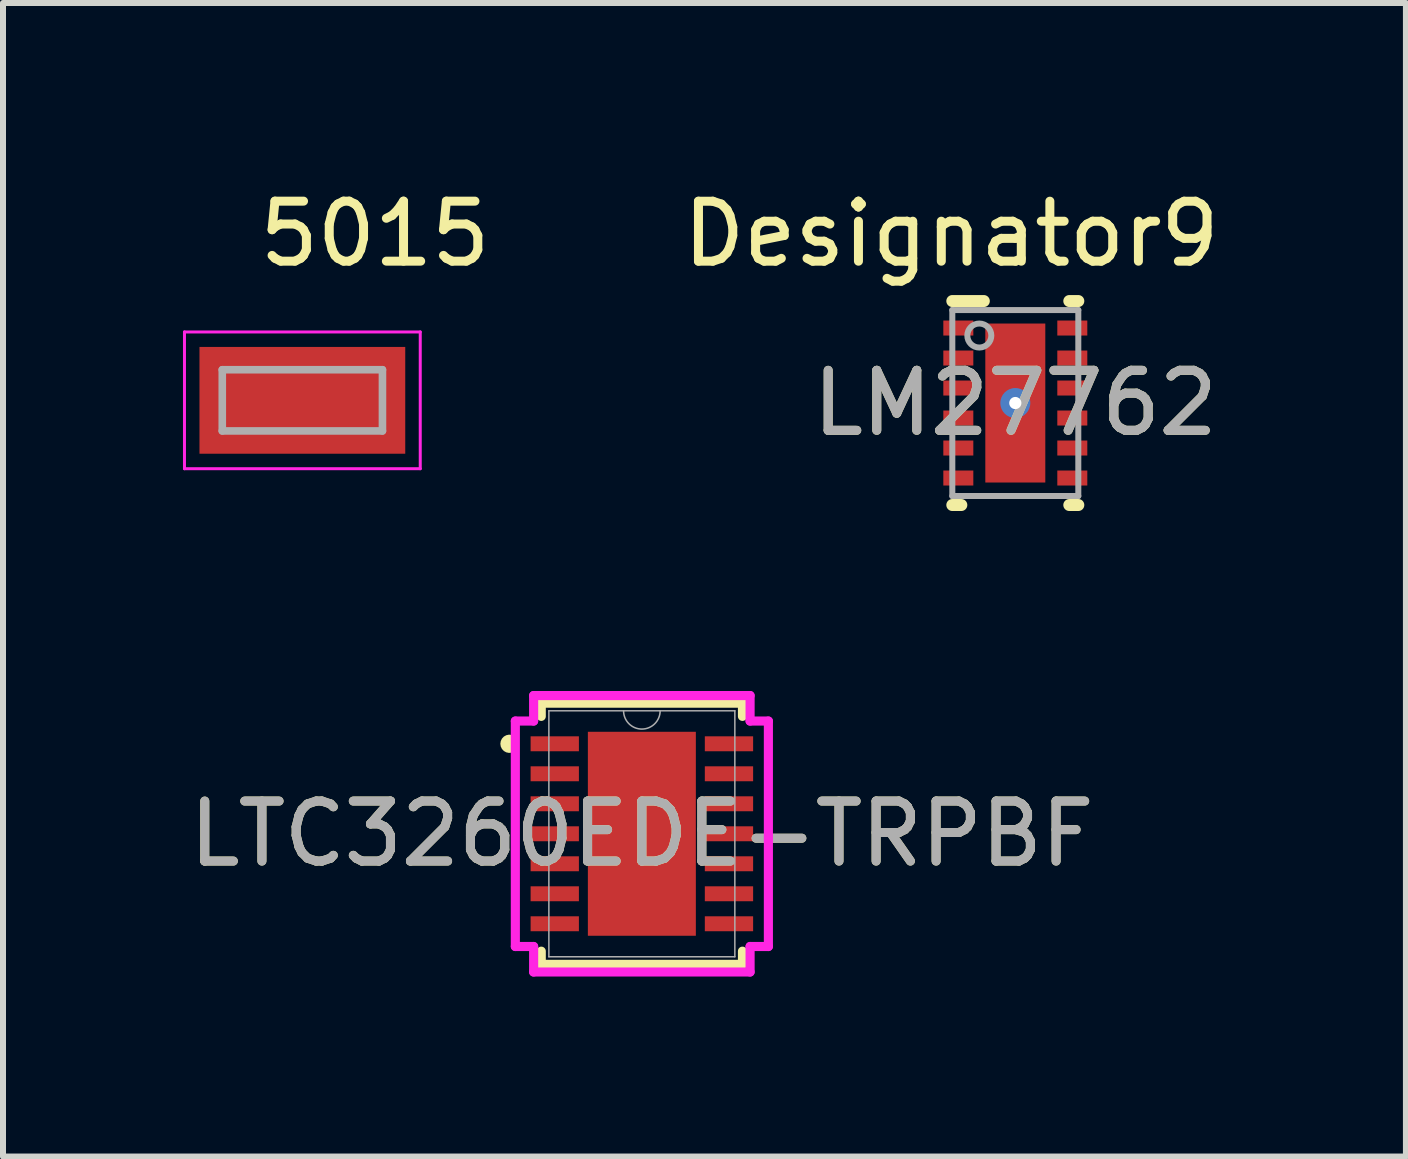
<source format=kicad_pcb>
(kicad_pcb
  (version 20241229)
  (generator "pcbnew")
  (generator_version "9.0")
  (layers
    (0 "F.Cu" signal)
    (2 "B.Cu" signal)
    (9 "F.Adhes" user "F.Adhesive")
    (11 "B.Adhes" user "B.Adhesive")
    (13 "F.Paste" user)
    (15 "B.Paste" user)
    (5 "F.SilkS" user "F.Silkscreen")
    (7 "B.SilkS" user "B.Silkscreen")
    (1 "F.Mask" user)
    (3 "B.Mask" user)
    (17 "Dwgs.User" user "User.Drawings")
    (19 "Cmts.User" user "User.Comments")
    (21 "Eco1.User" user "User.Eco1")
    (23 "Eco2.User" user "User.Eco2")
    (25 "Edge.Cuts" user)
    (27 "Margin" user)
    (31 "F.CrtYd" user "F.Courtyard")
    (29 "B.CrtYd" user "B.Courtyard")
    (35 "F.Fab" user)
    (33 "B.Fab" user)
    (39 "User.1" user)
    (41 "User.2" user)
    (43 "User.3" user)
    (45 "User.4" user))
  (footprint "LM27762"
    (layer "F.Cu")
    (at 13.874 3.668)
    (property "Reference" "LM27762" (at 0 0 0) (unlocked yes) (layer "F.SilkS") (effects (font (size 1 1) (thickness 0.15))))
    (attr smd)
    (fp_line (start -1.05 1.7) (end -0.9 1.7) (stroke (width 0.2) (type solid)) (layer "F.SilkS"))
    (fp_line (start -1.05 -1.7) (end -0.525 -1.7) (stroke (width 0.2) (type solid)) (layer "F.SilkS"))
    (fp_line (start 0.9 -1.7) (end 1.05 -1.7) (stroke (width 0.2) (type solid)) (layer "F.SilkS"))
    (fp_line (start 0.9 1.7) (end 1.05 1.7) (stroke (width 0.2) (type solid)) (layer "F.SilkS"))
    (fp_poly (pts (xy -0.474 -0.152) (xy -0.474 -1.216) (xy -0.473 -1.226) (xy -0.471 -1.236) (xy -0.466 -1.245) (xy -0.459 -1.253) (xy -0.451 -1.259) (xy -0.442 -1.264) (xy -0.432 -1.267) (xy -0.422 -1.268) (xy 0.422 -1.268) (xy 0.432 -1.267) (xy 0.442 -1.264) (xy 0.451 -1.259) (xy 0.459 -1.253) (xy 0.466 -1.245) (xy 0.471 -1.236) (xy 0.473 -1.226) (xy 0.474 -1.216) (xy 0.474 -0.152) (xy 0.473 -0.142) (xy 0.471 -0.132) (xy 0.466 -0.123) (xy 0.459 -0.115) (xy 0.451 -0.109) (xy 0.442 -0.104) (xy 0.432 -0.101) (xy 0.422 -0.1) (xy -0.422 -0.1) (xy -0.432 -0.101) (xy -0.442 -0.104) (xy -0.451 -0.109) (xy -0.459 -0.115) (xy -0.466 -0.123) (xy -0.471 -0.132) (xy -0.473 -0.142)) (stroke (width 0) (type solid)) (fill yes) (layer "F.Paste"))
    (fp_poly (pts (xy -0.474 1.216) (xy -0.474 0.152) (xy -0.473 0.142) (xy -0.471 0.132) (xy -0.466 0.123) (xy -0.459 0.115) (xy -0.451 0.109) (xy -0.442 0.104) (xy -0.432 0.101) (xy -0.422 0.1) (xy 0.422 0.1) (xy 0.432 0.101) (xy 0.442 0.104) (xy 0.451 0.109) (xy 0.459 0.115) (xy 0.466 0.123) (xy 0.471 0.132) (xy 0.473 0.142) (xy 0.474 0.152) (xy 0.474 1.216) (xy 0.473 1.226) (xy 0.471 1.236) (xy 0.466 1.245) (xy 0.459 1.253) (xy 0.451 1.259) (xy 0.442 1.264) (xy 0.432 1.267) (xy 0.422 1.268) (xy -0.422 1.268) (xy -0.432 1.267) (xy -0.442 1.264) (xy -0.451 1.259) (xy -0.459 1.253) (xy -0.466 1.245) (xy -0.471 1.236) (xy -0.473 1.226)) (stroke (width 0) (type solid)) (fill yes) (layer "F.Paste"))
    (fp_line (start -1.05 -1.55) (end 1.05 -1.55) (stroke (width 0.1) (type solid)) (layer "F.Fab"))
    (fp_line (start -1.05 1.55) (end -1.05 -1.55) (stroke (width 0.1) (type solid)) (layer "F.Fab"))
    (fp_line (start -1.05 1.55) (end 1.05 1.55) (stroke (width 0.1) (type solid)) (layer "F.Fab"))
    (fp_line (start 1.05 1.55) (end 1.05 -1.55) (stroke (width 0.1) (type solid)) (layer "F.Fab"))
    (fp_circle (center -0.6 -1.125) (end -0.4 -1.125) (stroke (width 0.1) (type solid)) (fill no) (layer "F.Fab"))
    (fp_text user "Designator9" (at -1.067 -2.819 0) (unlocked yes) (layer "F.SilkS") (effects (font (size 1 1) (thickness 0.15))))
    (fp_text user "${REFERENCE}" (at 0 0 0) (unlocked yes) (layer "F.Fab") (effects (font (size 1 1) (thickness 0.15))))
    (pad "1" smd rect (at -0.95 -1.25 90) (size 0.25 0.5) (layers "F.Cu" "F.Mask" "F.Paste"))
    (pad "2" smd rect (at -0.95 -0.75 90) (size 0.25 0.5) (layers "F.Cu" "F.Mask" "F.Paste"))
    (pad "3" smd rect (at -0.95 -0.25 90) (size 0.25 0.5) (layers "F.Cu" "F.Mask" "F.Paste"))
    (pad "4" smd rect (at -0.95 0.25 90) (size 0.25 0.5) (layers "F.Cu" "F.Mask" "F.Paste"))
    (pad "5" smd rect (at -0.95 0.75 90) (size 0.25 0.5) (layers "F.Cu" "F.Mask" "F.Paste"))
    (pad "6" smd rect (at -0.95 1.25 90) (size 0.25 0.5) (layers "F.Cu" "F.Mask" "F.Paste"))
    (pad "7" smd rect (at 0.95 1.25 90) (size 0.25 0.5) (layers "F.Cu" "F.Mask" "F.Paste"))
    (pad "8" smd rect (at 0.95 0.75 90) (size 0.25 0.5) (layers "F.Cu" "F.Mask" "F.Paste"))
    (pad "9" smd rect (at 0.95 0.25 90) (size 0.25 0.5) (layers "F.Cu" "F.Mask" "F.Paste"))
    (pad "10" smd rect (at 0.95 -0.25 90) (size 0.25 0.5) (layers "F.Cu" "F.Mask" "F.Paste"))
    (pad "11" smd rect (at 0.95 -0.75 90) (size 0.25 0.5) (layers "F.Cu" "F.Mask" "F.Paste"))
    (pad "12" smd rect (at 0.95 -1.25 90) (size 0.25 0.5) (layers "F.Cu" "F.Mask" "F.Paste"))
    (pad "13" smd rect (at 0.000003 0) (size 1 2.65) (layers "F.Cu" "F.Mask" "F.Paste"))
    (pad "V" thru_hole circle (at 0 0) (size 0.5 0.5) (drill 0.203) (layers "*.Cu" "*.Mask")))
  (footprint "5015"
    (layer "F.Cu")
    (at 1.99 3.623)
    (property "Reference" "5015" (at 1.21 -2.775 0) (layer "F.SilkS") (effects (font (size 1 1) (thickness 0.15))))
    (attr smd)
    (fp_line (start -1.965 -1.14) (end -1.965 1.14) (stroke (width 0.05) (type solid)) (layer "F.CrtYd"))
    (fp_line (start -1.965 1.14) (end 1.965 1.14) (stroke (width 0.05) (type solid)) (layer "F.CrtYd"))
    (fp_line (start 1.965 -1.14) (end -1.965 -1.14) (stroke (width 0.05) (type solid)) (layer "F.CrtYd"))
    (fp_line (start 1.965 1.14) (end 1.965 -1.14) (stroke (width 0.05) (type solid)) (layer "F.CrtYd"))
    (fp_line (start -1.335 -0.51) (end 1.335 -0.51) (stroke (width 0.127) (type solid)) (layer "F.Fab"))
    (fp_line (start -1.335 0.51) (end -1.335 -0.51) (stroke (width 0.127) (type solid)) (layer "F.Fab"))
    (fp_line (start 1.335 -0.51) (end 1.335 0.51) (stroke (width 0.127) (type solid)) (layer "F.Fab"))
    (fp_line (start 1.335 0.51) (end -1.335 0.51) (stroke (width 0.127) (type solid)) (layer "F.Fab"))
    (pad "TP" smd rect (at 0 0) (size 3.43 1.78) (layers "F.Cu" "F.Mask" "F.Paste")))
  (footprint "LTC3260EDE-TRPBF"
    (layer "F.Cu")
    (at 7.649 10.848)
    (property "Reference" "LTC3260EDE-TRPBF" (at 0 0 0) (unlocked yes) (layer "F.SilkS") (effects (font (size 1 1) (thickness 0.15))))
    (attr smd)
    (fp_line (start -1.677 -2.177) (end -1.677 -1.957) (stroke (width 0.152) (type solid)) (layer "F.SilkS"))
    (fp_line (start -1.677 1.957) (end -1.677 2.177) (stroke (width 0.152) (type solid)) (layer "F.SilkS"))
    (fp_line (start -1.677 2.177) (end 1.677 2.177) (stroke (width 0.152) (type solid)) (layer "F.SilkS"))
    (fp_line (start 1.677 -2.177) (end -1.677 -2.177) (stroke (width 0.152) (type solid)) (layer "F.SilkS"))
    (fp_line (start 1.677 -1.957) (end 1.677 -2.177) (stroke (width 0.152) (type solid)) (layer "F.SilkS"))
    (fp_line (start 1.677 2.177) (end 1.677 1.957) (stroke (width 0.152) (type solid)) (layer "F.SilkS"))
    (fp_arc (start -2.18754 -1.42617) (mid -2.2826 -1.5) (end -2.18754 -1.573829) (stroke (width 0.1524) (type solid)) (layer "F.SilkS"))
    (fp_poly (pts (xy -0.8 -1.6) (xy -0.8 -0.1) (xy 0.8 -0.1) (xy 0.8 -1.6)) (stroke (width 0) (type solid)) (fill yes) (layer "F.Paste"))
    (fp_poly (pts (xy -0.8 0.1) (xy -0.8 1.6) (xy 0.8 1.6) (xy 0.8 0.1)) (stroke (width 0) (type solid)) (fill yes) (layer "F.Paste"))
    (fp_line (start -2.109 -1.879) (end -1.804 -1.879) (stroke (width 0.152) (type solid)) (layer "F.CrtYd"))
    (fp_line (start -2.109 1.879) (end -2.109 -1.879) (stroke (width 0.152) (type solid)) (layer "F.CrtYd"))
    (fp_line (start -2.109 1.879) (end -1.804 1.879) (stroke (width 0.152) (type solid)) (layer "F.CrtYd"))
    (fp_line (start -1.804 -2.304) (end 1.804 -2.304) (stroke (width 0.152) (type solid)) (layer "F.CrtYd"))
    (fp_line (start -1.804 -1.879) (end -1.804 -2.304) (stroke (width 0.152) (type solid)) (layer "F.CrtYd"))
    (fp_line (start -1.804 2.304) (end -1.804 1.879) (stroke (width 0.152) (type solid)) (layer "F.CrtYd"))
    (fp_line (start 1.804 -2.304) (end 1.804 -1.879) (stroke (width 0.152) (type solid)) (layer "F.CrtYd"))
    (fp_line (start 1.804 1.879) (end 1.804 2.304) (stroke (width 0.152) (type solid)) (layer "F.CrtYd"))
    (fp_line (start 1.804 2.304) (end -1.804 2.304) (stroke (width 0.152) (type solid)) (layer "F.CrtYd"))
    (fp_line (start 2.109 -1.879) (end 1.804 -1.879) (stroke (width 0.152) (type solid)) (layer "F.CrtYd"))
    (fp_line (start 2.109 -1.879) (end 2.109 1.879) (stroke (width 0.152) (type solid)) (layer "F.CrtYd"))
    (fp_line (start 2.109 1.879) (end 1.804 1.879) (stroke (width 0.152) (type solid)) (layer "F.CrtYd"))
    (fp_line (start -1.55 -2.05) (end -1.55 2.05) (stroke (width 0.025) (type solid)) (layer "F.Fab"))
    (fp_line (start -1.55 2.05) (end 1.55 2.05) (stroke (width 0.025) (type solid)) (layer "F.Fab"))
    (fp_line (start 1.55 -2.05) (end -1.55 -2.05) (stroke (width 0.025) (type solid)) (layer "F.Fab"))
    (fp_line (start 1.55 2.05) (end 1.55 -2.05) (stroke (width 0.025) (type solid)) (layer "F.Fab"))
    (fp_arc (start 0.3048 -2.05) (mid 0 -1.7452) (end -0.3048 -2.05) (stroke (width 0.0254) (type solid)) (layer "F.Fab"))
    (fp_text user "${REFERENCE}" (at 0 0 0) (unlocked yes) (layer "F.Fab") (effects (font (size 1 1) (thickness 0.15))))
    (pad "1" smd rect (at -1.452 -1.5) (size 0.805 0.249) (layers "F.Cu" "F.Mask" "F.Paste"))
    (pad "2" smd rect (at -1.452 -1) (size 0.805 0.249) (layers "F.Cu" "F.Mask" "F.Paste"))
    (pad "3" smd rect (at -1.452 -0.5) (size 0.805 0.249) (layers "F.Cu" "F.Mask" "F.Paste"))
    (pad "4" smd rect (at -1.452 0) (size 0.805 0.249) (layers "F.Cu" "F.Mask" "F.Paste"))
    (pad "5" smd rect (at -1.452 0.5) (size 0.805 0.249) (layers "F.Cu" "F.Mask" "F.Paste"))
    (pad "6" smd rect (at -1.452 1) (size 0.805 0.249) (layers "F.Cu" "F.Mask" "F.Paste"))
    (pad "7" smd rect (at -1.452 1.5) (size 0.805 0.249) (layers "F.Cu" "F.Mask" "F.Paste"))
    (pad "8" smd rect (at 1.452 1.5) (size 0.805 0.249) (layers "F.Cu" "F.Mask" "F.Paste"))
    (pad "9" smd rect (at 1.452 1) (size 0.805 0.249) (layers "F.Cu" "F.Mask" "F.Paste"))
    (pad "10" smd rect (at 1.452 0.5) (size 0.805 0.249) (layers "F.Cu" "F.Mask" "F.Paste"))
    (pad "11" smd rect (at 1.452 0) (size 0.805 0.249) (layers "F.Cu" "F.Mask" "F.Paste"))
    (pad "12" smd rect (at 1.452 -0.5) (size 0.805 0.249) (layers "F.Cu" "F.Mask" "F.Paste"))
    (pad "13" smd rect (at 1.452 -1) (size 0.805 0.249) (layers "F.Cu" "F.Mask" "F.Paste"))
    (pad "14" smd rect (at 1.452 -1.5) (size 0.805 0.249) (layers "F.Cu" "F.Mask" "F.Paste"))
    (pad "15" smd rect (at 0 0) (size 1.8 3.4) (layers "F.Cu" "F.Mask" "F.Paste")))
  (gr_rect
    (start -3 -3)
    (end 20.385 16.228)
    (stroke (width 0.1) (type default))
    (fill no)
    (layer "Edge.Cuts")))
</source>
